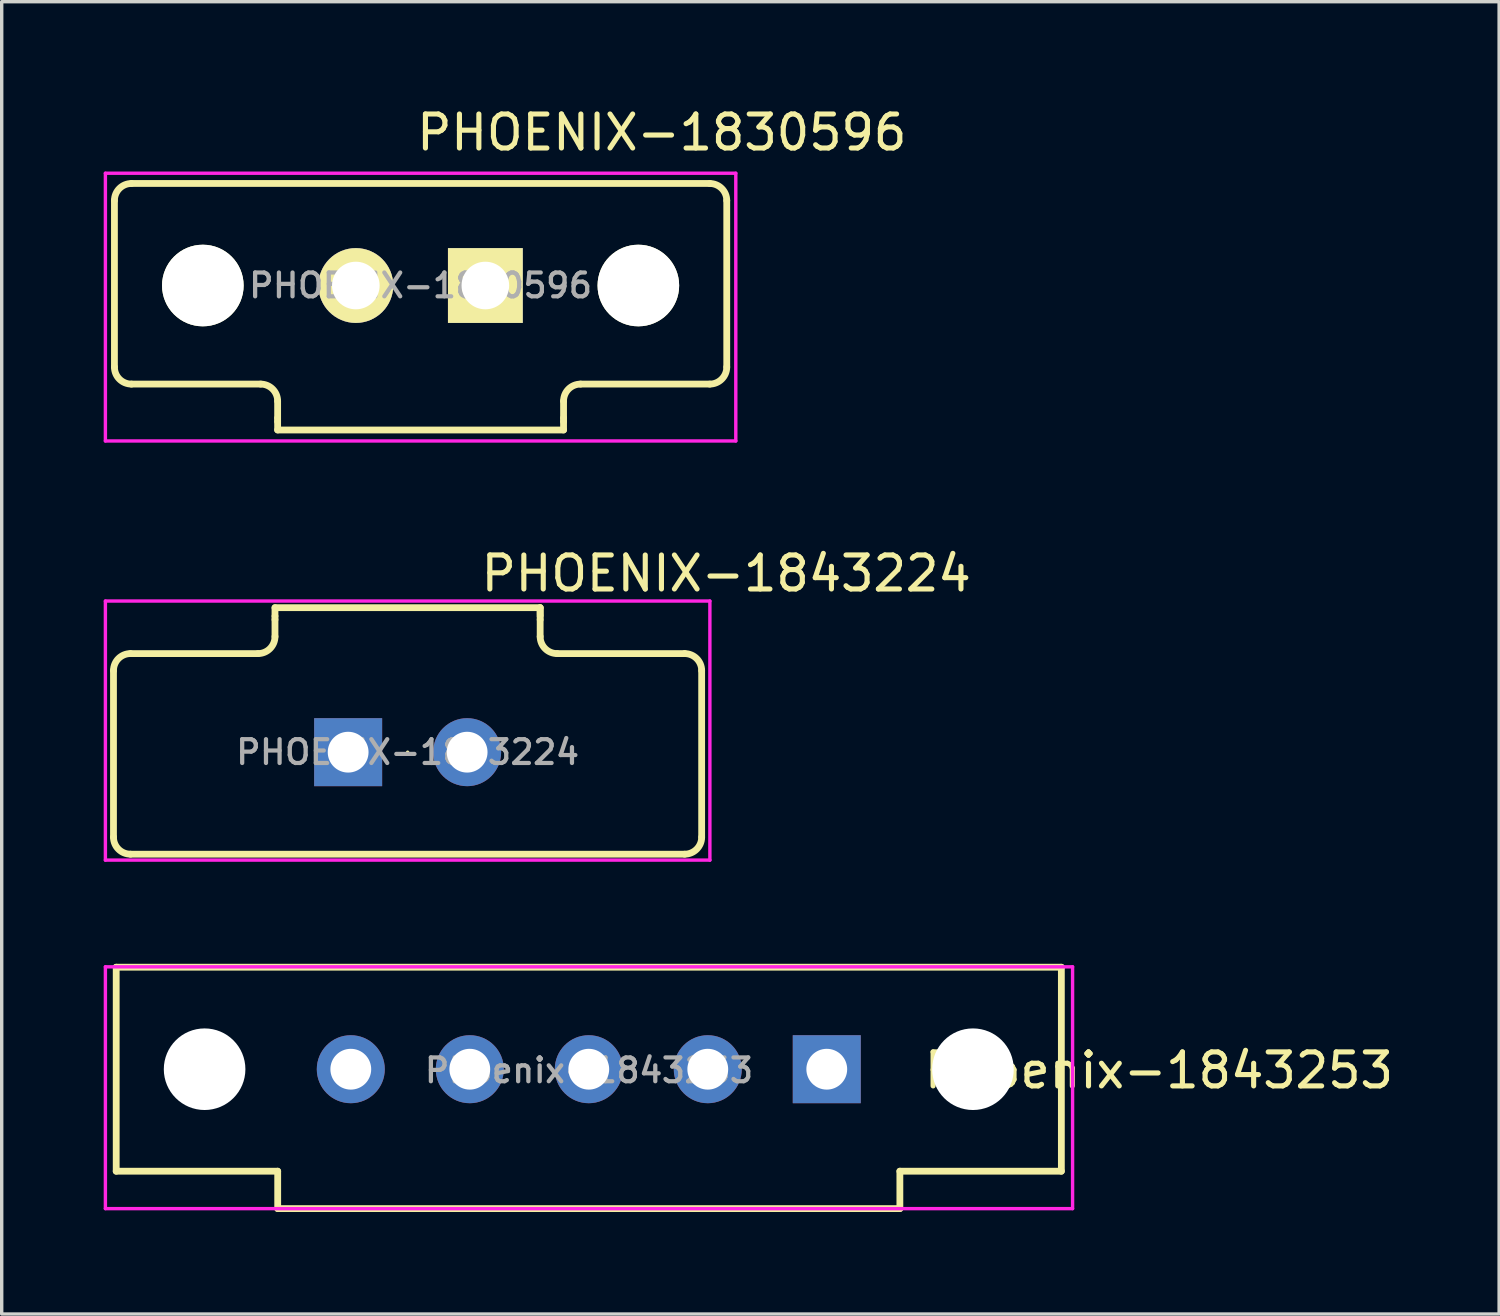
<source format=kicad_pcb>
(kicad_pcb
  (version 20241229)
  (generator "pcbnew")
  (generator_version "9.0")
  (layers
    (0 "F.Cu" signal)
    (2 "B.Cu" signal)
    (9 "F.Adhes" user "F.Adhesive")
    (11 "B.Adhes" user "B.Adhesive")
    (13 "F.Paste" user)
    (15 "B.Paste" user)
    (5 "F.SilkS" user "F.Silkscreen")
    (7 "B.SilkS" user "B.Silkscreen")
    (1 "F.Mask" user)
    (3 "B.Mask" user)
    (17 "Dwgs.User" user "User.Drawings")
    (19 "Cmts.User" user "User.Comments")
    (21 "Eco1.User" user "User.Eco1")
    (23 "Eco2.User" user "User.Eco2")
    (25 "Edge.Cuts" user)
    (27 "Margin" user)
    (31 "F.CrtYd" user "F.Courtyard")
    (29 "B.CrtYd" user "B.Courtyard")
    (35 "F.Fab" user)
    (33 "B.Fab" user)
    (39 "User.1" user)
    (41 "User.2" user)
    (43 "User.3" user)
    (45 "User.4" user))
  (footprint "PHOENIX-1830596"
    (layer "F.Cu")
    (at 9.321 5.348)
    (property "Reference" "PHOENIX-1830596" (at 7.095 -4.5 0) (layer "F.SilkS") (effects (font (size 1 1) (thickness 0.15))))
    (attr through_hole)
    (fp_line (start -9.005 -2.501) (end -9.005 2.399) (stroke (width 0.2) (type solid)) (layer "F.SilkS"))
    (fp_line (start -8.505 -3.001) (end 8.505 -3.001) (stroke (width 0.2) (type solid)) (layer "F.SilkS"))
    (fp_line (start -8.505 2.899) (end -4.705 2.899) (stroke (width 0.2) (type solid)) (layer "F.SilkS"))
    (fp_line (start -4.205 3.399) (end -4.205 3.899) (stroke (width 0.2) (type solid)) (layer "F.SilkS"))
    (fp_line (start -4.205 3.899) (end -4.205 3.999) (stroke (width 0.2) (type solid)) (layer "F.SilkS"))
    (fp_line (start -4.205 4.249) (end -4.205 3.999) (stroke (width 0.2) (type solid)) (layer "F.SilkS"))
    (fp_line (start -4.205 4.249) (end 4.205 4.249) (stroke (width 0.2) (type solid)) (layer "F.SilkS"))
    (fp_line (start 4.205 3.899) (end 4.205 3.399) (stroke (width 0.2) (type solid)) (layer "F.SilkS"))
    (fp_line (start 4.205 3.899) (end 4.205 3.999) (stroke (width 0.2) (type solid)) (layer "F.SilkS"))
    (fp_line (start 4.205 4.249) (end 4.205 3.999) (stroke (width 0.2) (type solid)) (layer "F.SilkS"))
    (fp_line (start 4.705 2.899) (end 8.505 2.899) (stroke (width 0.2) (type solid)) (layer "F.SilkS"))
    (fp_line (start 9.005 -2.501) (end 9.005 2.399) (stroke (width 0.2) (type solid)) (layer "F.SilkS"))
    (fp_arc (start -9.004979 -2.501513) (mid -8.858224 -2.854502) (end -8.50498 -3.00064) (stroke (width 0.2) (type solid)) (layer "F.SilkS"))
    (fp_arc (start -8.50498 2.89936) (mid -8.858533 2.752913) (end -9.00498 2.39936) (stroke (width 0.2) (type solid)) (layer "F.SilkS"))
    (fp_arc (start -4.70498 2.89936) (mid -4.351427 3.045807) (end -4.20498 3.39936) (stroke (width 0.2) (type solid)) (layer "F.SilkS"))
    (fp_arc (start 4.205021 3.398487) (mid 4.351776 3.045498) (end 4.70502 2.89936) (stroke (width 0.2) (type solid)) (layer "F.SilkS"))
    (fp_arc (start 8.50502 -3.00064) (mid 8.858573 -2.854193) (end 9.00502 -2.50064) (stroke (width 0.2) (type solid)) (layer "F.SilkS"))
    (fp_arc (start 9.00502 2.39936) (mid 8.858573 2.752913) (end 8.50502 2.89936) (stroke (width 0.2) (type solid)) (layer "F.SilkS"))
    (fp_line (start -9.271 -3.302) (end -9.271 4.572) (stroke (width 0.1) (type solid)) (layer "F.CrtYd"))
    (fp_line (start -9.271 4.572) (end 9.271 4.572) (stroke (width 0.1) (type solid)) (layer "F.CrtYd"))
    (fp_line (start 9.271 -3.302) (end -9.271 -3.302) (stroke (width 0.1) (type solid)) (layer "F.CrtYd"))
    (fp_line (start 9.271 4.572) (end 9.271 -3.302) (stroke (width 0.1) (type solid)) (layer "F.CrtYd"))
    (fp_text user "${REFERENCE}" (at 0 0 0) (layer "F.Fab") (effects (font (size 0.7 0.7) (thickness 0.125))))
    (pad "" np_thru_hole circle (at -6.405 0) (size 2.4 2.4) (drill 2.4) (layers "*.Cu" "*.Mask" "F.SilkS"))
    (pad "" np_thru_hole circle (at 6.405 0) (size 2.4 2.4) (drill 2.4) (layers "*.Cu" "*.Mask" "F.SilkS"))
    (pad "1" thru_hole rect (at 1.905 0) (size 2.2 2.2) (drill 1.4) (layers "*.Cu" "*.Mask" "F.SilkS"))
    (pad "2" thru_hole circle (at -1.905 0) (size 2.2 2.2) (drill 1.4) (layers "*.Cu" "*.Mask" "F.SilkS")))
  (footprint "PHOENIX-1843224"
    (layer "F.Cu")
    (at 8.94 19.074)
    (property "Reference" "PHOENIX-1843224" (at 9.37 -5.255 0) (layer "F.SilkS") (effects (font (size 1 1) (thickness 0.15))))
    (attr through_hole)
    (fp_line (start -8.652 -2.4) (end -8.652 2.5) (stroke (width 0.2) (type solid)) (layer "F.SilkS"))
    (fp_line (start -8.152 -2.9) (end -4.402 -2.9) (stroke (width 0.2) (type solid)) (layer "F.SilkS"))
    (fp_line (start -8.152 3) (end 8.148 3) (stroke (width 0.2) (type solid)) (layer "F.SilkS"))
    (fp_line (start -3.902 -4.25) (end -3.902 -4) (stroke (width 0.2) (type solid)) (layer "F.SilkS"))
    (fp_line (start -3.902 -3.9) (end -3.902 -4) (stroke (width 0.2) (type solid)) (layer "F.SilkS"))
    (fp_line (start -3.902 -3.4) (end -3.902 -3.9) (stroke (width 0.2) (type solid)) (layer "F.SilkS"))
    (fp_line (start 0 0) (end 0 0) (stroke (width 0.1) (type solid)) (layer "F.SilkS"))
    (fp_line (start 3.898 -4.25) (end -3.902 -4.25) (stroke (width 0.2) (type solid)) (layer "F.SilkS"))
    (fp_line (start 3.898 -4.25) (end 3.898 -4.05) (stroke (width 0.2) (type solid)) (layer "F.SilkS"))
    (fp_line (start 3.898 -4) (end 3.898 -4.25) (stroke (width 0.2) (type solid)) (layer "F.SilkS"))
    (fp_line (start 3.898 -3.9) (end 3.898 -4) (stroke (width 0.2) (type solid)) (layer "F.SilkS"))
    (fp_line (start 3.898 -3.9) (end 3.898 -3.4) (stroke (width 0.2) (type solid)) (layer "F.SilkS"))
    (fp_line (start 4.398 -2.9) (end 8.148 -2.9) (stroke (width 0.2) (type solid)) (layer "F.SilkS"))
    (fp_line (start 8.648 -2.4) (end 8.648 2.5) (stroke (width 0.2) (type solid)) (layer "F.SilkS"))
    (fp_arc (start -8.651999 -2.400873) (mid -8.505244 -2.753862) (end -8.152 -2.9) (stroke (width 0.2) (type solid)) (layer "F.SilkS"))
    (fp_arc (start -8.152 3) (mid -8.505553 2.853553) (end -8.652 2.5) (stroke (width 0.2) (type solid)) (layer "F.SilkS"))
    (fp_arc (start -3.902 -3.4) (mid -4.048447 -3.046447) (end -4.402 -2.9) (stroke (width 0.2) (type solid)) (layer "F.SilkS"))
    (fp_arc (start 4.398 -2.9) (mid 4.044447 -3.046447) (end 3.898 -3.4) (stroke (width 0.2) (type solid)) (layer "F.SilkS"))
    (fp_arc (start 8.148 -2.9) (mid 8.501553 -2.753553) (end 8.648 -2.4) (stroke (width 0.2) (type solid)) (layer "F.SilkS"))
    (fp_arc (start 8.648 2.5) (mid 8.501553 2.853553) (end 8.148 3) (stroke (width 0.2) (type solid)) (layer "F.SilkS"))
    (fp_line (start -8.89 -4.445) (end -8.89 3.175) (stroke (width 0.1) (type solid)) (layer "F.CrtYd"))
    (fp_line (start -8.89 3.175) (end 8.89 3.175) (stroke (width 0.1) (type solid)) (layer "F.CrtYd"))
    (fp_line (start 8.89 -4.445) (end -8.89 -4.445) (stroke (width 0.1) (type solid)) (layer "F.CrtYd"))
    (fp_line (start 8.89 3.175) (end 8.89 -4.445) (stroke (width 0.1) (type solid)) (layer "F.CrtYd"))
    (fp_text user "${REFERENCE}" (at 0 0 0) (layer "F.Fab") (effects (font (size 0.7 0.7) (thickness 0.125))))
    (pad "1" thru_hole rect (at -1.75 0) (size 2 2) (drill 1.2) (layers "*.Cu" "*.Mask"))
    (pad "2" thru_hole circle (at 1.75 0) (size 2 2) (drill 1.2) (layers "*.Cu" "*.Mask")))
  (footprint "Phoenix-1843253"
    (layer "F.Cu")
    (at 14.268 28.399)
    (property "Reference" "Phoenix-1843253" (at 16.77 0.036 0) (layer "F.SilkS") (effects (font (size 1 1) (thickness 0.15))))
    (attr through_hole)
    (fp_line (start -13.9 -3) (end -13.9 3) (stroke (width 0.2) (type solid)) (layer "F.SilkS"))
    (fp_line (start -13.9 3) (end -9.15 3) (stroke (width 0.2) (type solid)) (layer "F.SilkS"))
    (fp_line (start -9.15 3) (end -9.15 4.1) (stroke (width 0.2) (type solid)) (layer "F.SilkS"))
    (fp_line (start 9.15 3) (end 9.15 4.1) (stroke (width 0.2) (type solid)) (layer "F.SilkS"))
    (fp_line (start 9.15 4.1) (end -9.15 4.1) (stroke (width 0.2) (type solid)) (layer "F.SilkS"))
    (fp_line (start 13.9 -3) (end -13.9 -3) (stroke (width 0.2) (type solid)) (layer "F.SilkS"))
    (fp_line (start 13.9 -3) (end 13.9 3) (stroke (width 0.2) (type solid)) (layer "F.SilkS"))
    (fp_line (start 13.9 3) (end 9.15 3) (stroke (width 0.2) (type solid)) (layer "F.SilkS"))
    (fp_line (start -14.218 -3.012) (end -14.218 4.1) (stroke (width 0.1) (type solid)) (layer "F.CrtYd"))
    (fp_line (start -14.218 4.1) (end 14.23 4.1) (stroke (width 0.1) (type solid)) (layer "F.CrtYd"))
    (fp_line (start 14.23 -3.012) (end -14.218 -3.012) (stroke (width 0.1) (type solid)) (layer "F.CrtYd"))
    (fp_line (start 14.23 4.1) (end 14.23 -3.012) (stroke (width 0.1) (type solid)) (layer "F.CrtYd"))
    (fp_text user "${REFERENCE}" (at 0.006 0.036 0) (layer "F.Fab") (effects (font (size 0.7 0.7) (thickness 0.125))))
    (pad "" np_thru_hole circle (at -11.3 0) (size 2.4 2.4) (drill 2.4) (layers "*.Cu" "*.Mask"))
    (pad "" np_thru_hole circle (at 11.3 0) (size 2.4 2.4) (drill 2.4) (layers "*.Cu" "*.Mask"))
    (pad "1" thru_hole rect (at 7 0) (size 2 2) (drill 1.2) (layers "*.Cu" "*.Mask"))
    (pad "2" thru_hole circle (at 3.5 0) (size 2 2) (drill 1.2) (layers "*.Cu" "*.Mask"))
    (pad "3" thru_hole circle (at 0 0) (size 2 2) (drill 1.2) (layers "*.Cu" "*.Mask"))
    (pad "4" thru_hole circle (at -3.5 0) (size 2 2) (drill 1.2) (layers "*.Cu" "*.Mask"))
    (pad "5" thru_hole circle (at -7 0) (size 2 2) (drill 1.2) (layers "*.Cu" "*.Mask")))
  (gr_rect
    (start -3 -3)
    (end 41.044 35.599)
    (stroke (width 0.1) (type default))
    (fill no)
    (layer "Edge.Cuts")))
</source>
